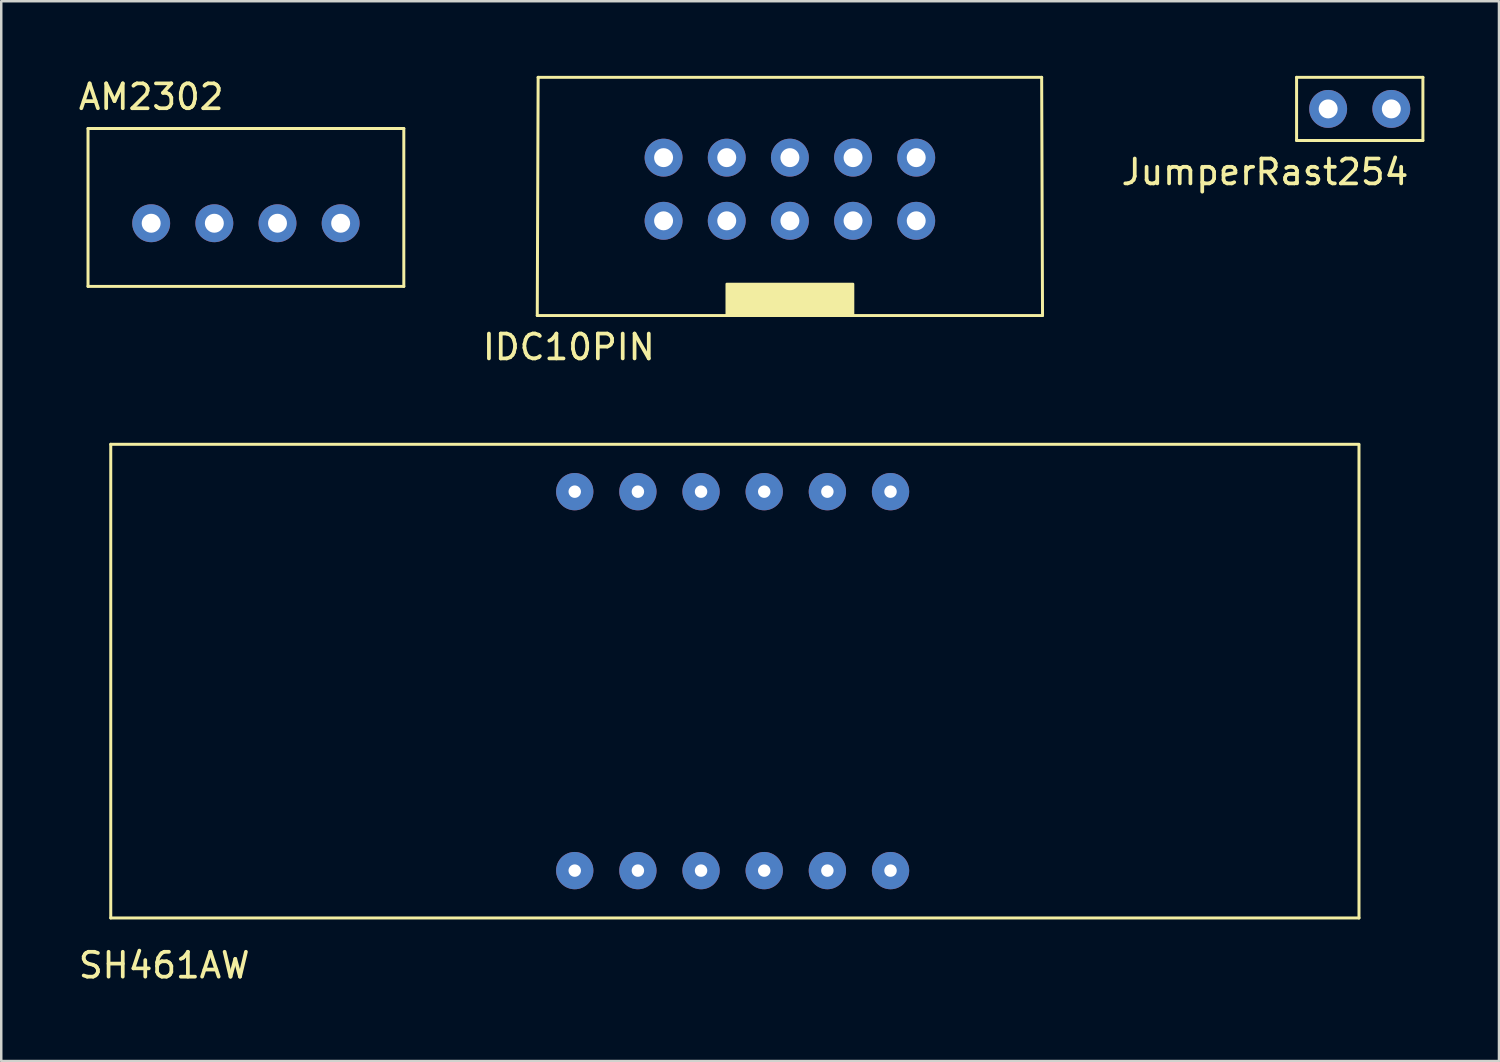
<source format=kicad_pcb>
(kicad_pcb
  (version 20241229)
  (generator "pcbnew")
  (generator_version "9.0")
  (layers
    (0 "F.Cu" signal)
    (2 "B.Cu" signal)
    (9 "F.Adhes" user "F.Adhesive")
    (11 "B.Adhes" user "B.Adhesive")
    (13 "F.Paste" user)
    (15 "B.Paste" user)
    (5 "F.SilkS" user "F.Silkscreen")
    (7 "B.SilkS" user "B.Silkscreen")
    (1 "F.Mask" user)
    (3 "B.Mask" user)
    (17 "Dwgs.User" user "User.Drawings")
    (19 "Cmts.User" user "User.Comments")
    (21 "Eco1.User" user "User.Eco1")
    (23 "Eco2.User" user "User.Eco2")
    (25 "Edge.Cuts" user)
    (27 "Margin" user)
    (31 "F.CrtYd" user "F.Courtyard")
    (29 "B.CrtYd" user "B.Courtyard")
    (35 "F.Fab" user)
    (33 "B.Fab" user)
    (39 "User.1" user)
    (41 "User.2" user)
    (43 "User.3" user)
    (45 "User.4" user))
  (footprint "AM2302"
    (layer "F.Cu")
    (at 6.84 5.928)
    (property "Reference" "AM2302" (at -3.81 -5.08 0) (layer "F.SilkS") (effects (font (size 1 1) (thickness 0.15))))
    (attr through_hole)
    (fp_line (start -6.35 -3.81) (end -6.35 2.54) (stroke (width 0.12) (type solid)) (layer "F.SilkS"))
    (fp_line (start -6.35 2.54) (end 6.35 2.54) (stroke (width 0.12) (type solid)) (layer "F.SilkS"))
    (fp_line (start 6.35 -3.81) (end -6.35 -3.81) (stroke (width 0.12) (type solid)) (layer "F.SilkS"))
    (fp_line (start 6.35 2.54) (end 6.35 -3.81) (stroke (width 0.12) (type solid)) (layer "F.SilkS"))
    (pad "1" thru_hole circle (at -3.81 0) (size 1.524 1.524) (drill 0.762) (layers "*.Cu" "*.Mask"))
    (pad "2" thru_hole circle (at -1.27 0) (size 1.524 1.524) (drill 0.762) (layers "*.Cu" "*.Mask"))
    (pad "3" thru_hole circle (at 1.27 0) (size 1.524 1.524) (drill 0.762) (layers "*.Cu" "*.Mask"))
    (pad "4" thru_hole circle (at 3.81 0) (size 1.524 1.524) (drill 0.762) (layers "*.Cu" "*.Mask")))
  (footprint "JumperRast254"
    (layer "F.Cu")
    (at 51.634 1.33)
    (property "Reference" "JumperRast254" (at -3.81 2.54 0) (layer "F.SilkS") (effects (font (size 1 1) (thickness 0.15))))
    (attr through_hole)
    (fp_line (start -2.54 -1.27) (end 2.54 -1.27) (stroke (width 0.12) (type solid)) (layer "F.SilkS"))
    (fp_line (start -2.54 1.27) (end -2.54 -1.27) (stroke (width 0.12) (type solid)) (layer "F.SilkS"))
    (fp_line (start 2.54 -1.27) (end 2.54 1.27) (stroke (width 0.12) (type solid)) (layer "F.SilkS"))
    (fp_line (start 2.54 1.27) (end -2.54 1.27) (stroke (width 0.12) (type solid)) (layer "F.SilkS"))
    (pad "1" thru_hole circle (at -1.27 0) (size 1.524 1.524) (drill 0.762) (layers "*.Cu" "*.Mask"))
    (pad "2" thru_hole circle (at 1.27 0) (size 1.524 1.524) (drill 0.762) (layers "*.Cu" "*.Mask")))
  (footprint "SH461AW"
    (layer "F.Cu")
    (at 26.414 31.963)
    (property "Reference" "SH461AW" (at -22.86 3.81 0) (layer "F.SilkS") (effects (font (size 1 1) (thickness 0.15))))
    (attr through_hole)
    (fp_line (start -25.01 -17.145) (end 25.19 -17.145) (stroke (width 0.12) (type solid)) (layer "F.SilkS"))
    (fp_line (start -25.01 1.905) (end -25.01 -17.145) (stroke (width 0.12) (type solid)) (layer "F.SilkS"))
    (fp_line (start 25.19 -17.103) (end 25.19 1.905) (stroke (width 0.12) (type solid)) (layer "F.SilkS"))
    (fp_line (start 25.19 1.905) (end -25.01 1.905) (stroke (width 0.12) (type solid)) (layer "F.SilkS"))
    (pad "1" thru_hole circle (at -6.35 0) (size 1.5 1.5) (drill 0.5) (layers "*.Cu" "*.Mask"))
    (pad "2" thru_hole circle (at -3.81 0) (size 1.5 1.5) (drill 0.5) (layers "*.Cu" "*.Mask"))
    (pad "3" thru_hole circle (at -1.27 0) (size 1.5 1.5) (drill 0.5) (layers "*.Cu" "*.Mask"))
    (pad "4" thru_hole circle (at 1.27 0) (size 1.5 1.5) (drill 0.5) (layers "*.Cu" "*.Mask"))
    (pad "5" thru_hole circle (at 3.81 0) (size 1.5 1.5) (drill 0.5) (layers "*.Cu" "*.Mask"))
    (pad "6" thru_hole circle (at 6.35 0) (size 1.5 1.5) (drill 0.5) (layers "*.Cu" "*.Mask"))
    (pad "7" thru_hole circle (at 6.35 -15.24) (size 1.5 1.5) (drill 0.5) (layers "*.Cu" "*.Mask"))
    (pad "8" thru_hole circle (at 3.81 -15.24) (size 1.5 1.5) (drill 0.5) (layers "*.Cu" "*.Mask"))
    (pad "9" thru_hole circle (at 1.27 -15.24) (size 1.5 1.5) (drill 0.5) (layers "*.Cu" "*.Mask"))
    (pad "10" thru_hole circle (at -1.27 -15.24) (size 1.5 1.5) (drill 0.5) (layers "*.Cu" "*.Mask"))
    (pad "11" thru_hole circle (at -3.81 -15.24) (size 1.5 1.5) (drill 0.5) (layers "*.Cu" "*.Mask"))
    (pad "12" thru_hole circle (at -6.35 -15.24) (size 1.5 1.5) (drill 0.5) (layers "*.Cu" "*.Mask")))
  (footprint "IDC10PIN"
    (layer "F.Cu")
    (at 28.717 4.56)
    (property "Reference" "IDC10PIN" (at -8.89 6.35 0) (layer "F.SilkS") (effects (font (size 1 1) (thickness 0.15))))
    (attr through_hole)
    (fp_line (start -10.16 5.08) (end -10.125 -4.5) (stroke (width 0.12) (type solid)) (layer "F.SilkS"))
    (fp_line (start -10.125 -4.5) (end 10.125 -4.5) (stroke (width 0.12) (type solid)) (layer "F.SilkS"))
    (fp_line (start 10.125 -4.5) (end 10.16 5.08) (stroke (width 0.12) (type solid)) (layer "F.SilkS"))
    (fp_line (start 10.16 5.08) (end -10.16 5.08) (stroke (width 0.12) (type solid)) (layer "F.SilkS"))
    (fp_poly (pts (xy 2.54 5.08) (xy -2.54 5.08) (xy -2.54 3.81) (xy 2.54 3.81)) (stroke (width 0.1) (type solid)) (fill yes) (layer "F.SilkS"))
    (pad "1" thru_hole circle (at -5.08 1.27) (size 1.524 1.524) (drill 0.762) (layers "*.Cu" "*.Mask"))
    (pad "2" thru_hole circle (at -2.54 1.27) (size 1.524 1.524) (drill 0.762) (layers "*.Cu" "*.Mask"))
    (pad "3" thru_hole circle (at 0 1.27) (size 1.524 1.524) (drill 0.762) (layers "*.Cu" "*.Mask"))
    (pad "4" thru_hole circle (at 2.54 1.27) (size 1.524 1.524) (drill 0.762) (layers "*.Cu" "*.Mask"))
    (pad "5" thru_hole circle (at 5.08 1.27) (size 1.524 1.524) (drill 0.762) (layers "*.Cu" "*.Mask"))
    (pad "6" thru_hole circle (at -5.08 -1.27) (size 1.524 1.524) (drill 0.762) (layers "*.Cu" "*.Mask"))
    (pad "7" thru_hole circle (at -2.54 -1.27) (size 1.524 1.524) (drill 0.762) (layers "*.Cu" "*.Mask"))
    (pad "8" thru_hole circle (at 0 -1.27) (size 1.524 1.524) (drill 0.762) (layers "*.Cu" "*.Mask"))
    (pad "9" thru_hole circle (at 2.54 -1.27) (size 1.524 1.524) (drill 0.762) (layers "*.Cu" "*.Mask"))
    (pad "10" thru_hole circle (at 5.08 -1.27) (size 1.524 1.524) (drill 0.762) (layers "*.Cu" "*.Mask")))
  (gr_rect
    (start -3 -3)
    (end 57.234 39.621)
    (stroke (width 0.1) (type default))
    (fill no)
    (layer "Edge.Cuts")))
</source>
